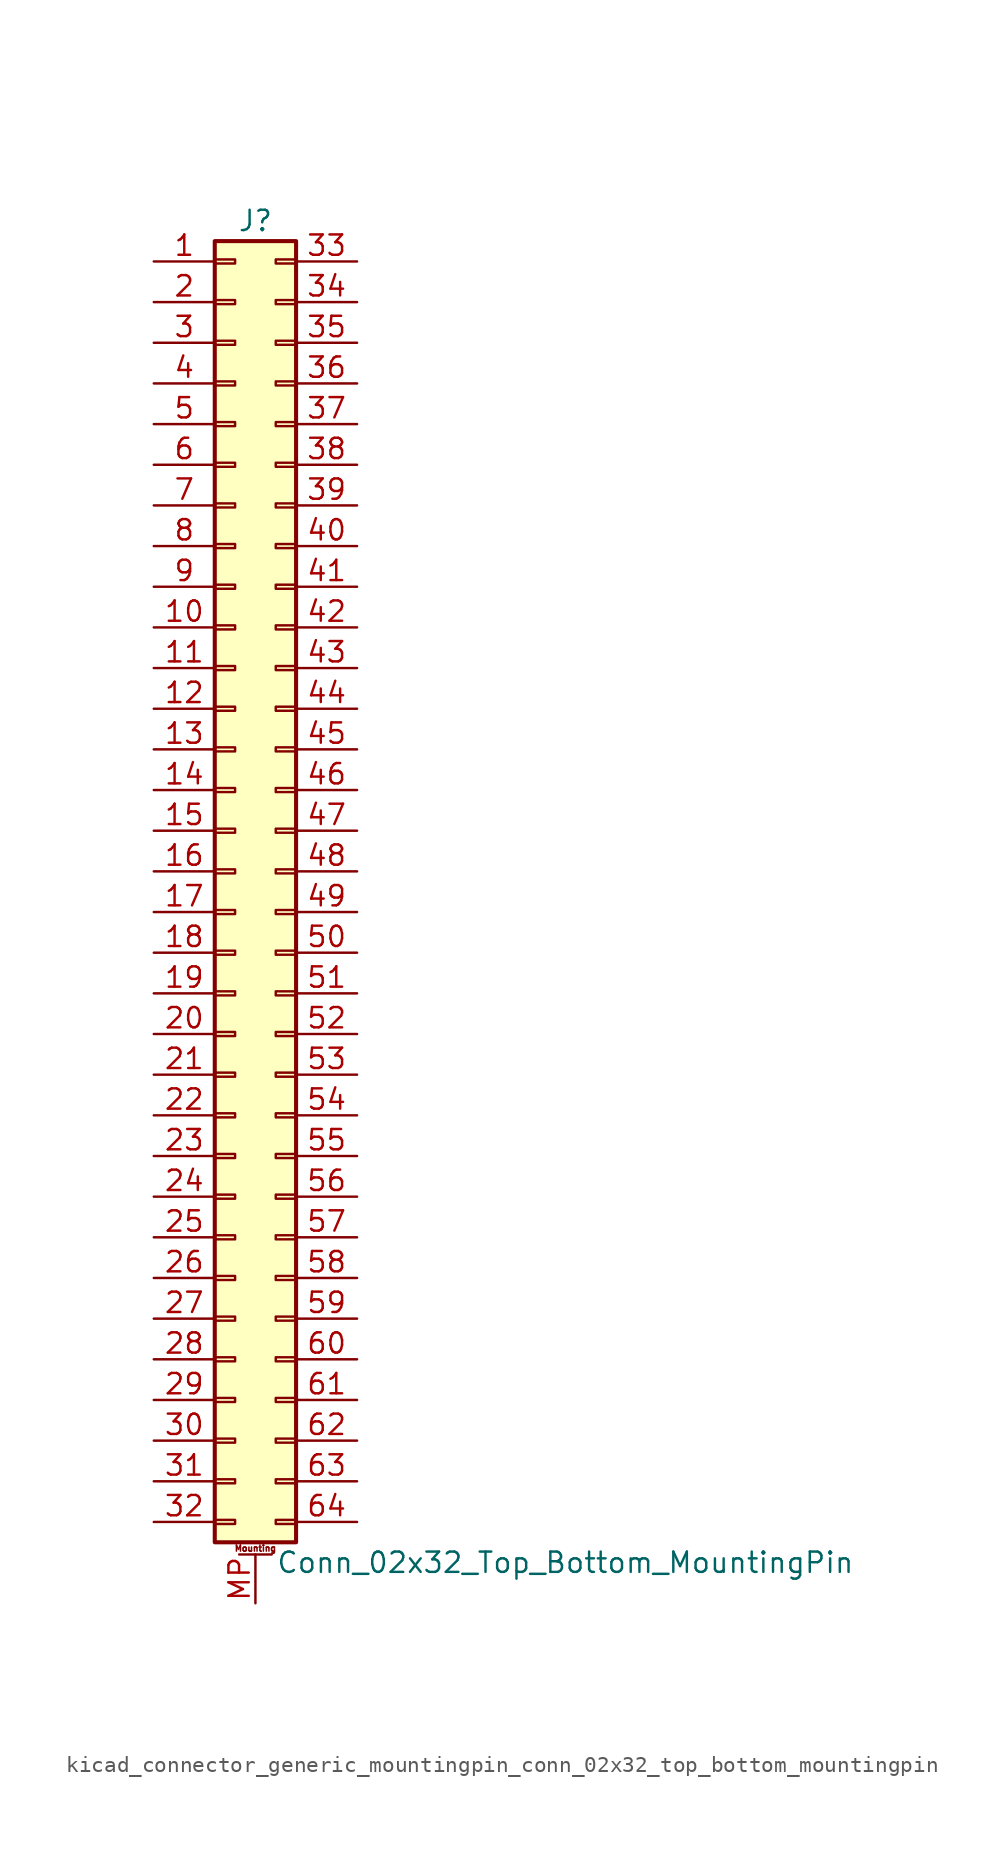
<source format=kicad_sym>
(kicad_symbol_lib
  (version 20220914)
  (generator kicad_symbol_editor)
  (symbol "kicad_connector_generic_mountingpin_conn_02x32_top_bottom_mountingpin"
    (pin_names
      (offset 1.016) hide)
    (property "Reference" "J"
      (at 1.27 40.64 0)
      (effects (font (size 1.27 1.27))))
    (property "Value" "Conn_02x32_Top_Bottom_MountingPin"
      (at 2.54 -43.18 0)
      (effects (font (size 1.27 1.27)) (justify left)))
    (symbol "kicad_connector_generic_mountingpin_conn_02x32_top_bottom_mountingpin_1_1"
      (rectangle (start -1.27 -40.513) (end 0 -40.767) (stroke (width 0.152) (type default)) (fill (type none)))
      (rectangle (start -1.27 -37.973) (end 0 -38.227) (stroke (width 0.152) (type default)) (fill (type none)))
      (rectangle (start -1.27 -35.433) (end 0 -35.687) (stroke (width 0.152) (type default)) (fill (type none)))
      (rectangle (start -1.27 -32.893) (end 0 -33.147) (stroke (width 0.152) (type default)) (fill (type none)))
      (rectangle (start -1.27 -30.353) (end 0 -30.607) (stroke (width 0.152) (type default)) (fill (type none)))
      (rectangle (start -1.27 -27.813) (end 0 -28.067) (stroke (width 0.152) (type default)) (fill (type none)))
      (rectangle (start -1.27 -25.273) (end 0 -25.527) (stroke (width 0.152) (type default)) (fill (type none)))
      (rectangle (start -1.27 -22.733) (end 0 -22.987) (stroke (width 0.152) (type default)) (fill (type none)))
      (rectangle (start -1.27 -20.193) (end 0 -20.447) (stroke (width 0.152) (type default)) (fill (type none)))
      (rectangle (start -1.27 -17.653) (end 0 -17.907) (stroke (width 0.152) (type default)) (fill (type none)))
      (rectangle (start -1.27 -15.113) (end 0 -15.367) (stroke (width 0.152) (type default)) (fill (type none)))
      (rectangle (start -1.27 -12.573) (end 0 -12.827) (stroke (width 0.152) (type default)) (fill (type none)))
      (rectangle (start -1.27 -10.033) (end 0 -10.287) (stroke (width 0.152) (type default)) (fill (type none)))
      (rectangle (start -1.27 -7.493) (end 0 -7.747) (stroke (width 0.152) (type default)) (fill (type none)))
      (rectangle (start -1.27 -4.953) (end 0 -5.207) (stroke (width 0.152) (type default)) (fill (type none)))
      (rectangle (start -1.27 -2.413) (end 0 -2.667) (stroke (width 0.152) (type default)) (fill (type none)))
      (rectangle (start -1.27 0.127) (end 0 -0.127) (stroke (width 0.152) (type default)) (fill (type none)))
      (rectangle (start -1.27 2.667) (end 0 2.413) (stroke (width 0.152) (type default)) (fill (type none)))
      (rectangle (start -1.27 5.207) (end 0 4.953) (stroke (width 0.152) (type default)) (fill (type none)))
      (rectangle (start -1.27 7.747) (end 0 7.493) (stroke (width 0.152) (type default)) (fill (type none)))
      (rectangle (start -1.27 10.287) (end 0 10.033) (stroke (width 0.152) (type default)) (fill (type none)))
      (rectangle (start -1.27 12.827) (end 0 12.573) (stroke (width 0.152) (type default)) (fill (type none)))
      (rectangle (start -1.27 15.367) (end 0 15.113) (stroke (width 0.152) (type default)) (fill (type none)))
      (rectangle (start -1.27 17.907) (end 0 17.653) (stroke (width 0.152) (type default)) (fill (type none)))
      (rectangle (start -1.27 20.447) (end 0 20.193) (stroke (width 0.152) (type default)) (fill (type none)))
      (rectangle (start -1.27 22.987) (end 0 22.733) (stroke (width 0.152) (type default)) (fill (type none)))
      (rectangle (start -1.27 25.527) (end 0 25.273) (stroke (width 0.152) (type default)) (fill (type none)))
      (rectangle (start -1.27 28.067) (end 0 27.813) (stroke (width 0.152) (type default)) (fill (type none)))
      (rectangle (start -1.27 30.607) (end 0 30.353) (stroke (width 0.152) (type default)) (fill (type none)))
      (rectangle (start -1.27 33.147) (end 0 32.893) (stroke (width 0.152) (type default)) (fill (type none)))
      (rectangle (start -1.27 35.687) (end 0 35.433) (stroke (width 0.152) (type default)) (fill (type none)))
      (rectangle (start -1.27 38.227) (end 0 37.973) (stroke (width 0.152) (type default)) (fill (type none)))
      (rectangle (start -1.27 39.37) (end 3.81 -41.91) (stroke (width 0.254) (type default)) (fill (type background)))
      (polyline (pts (xy 0.254 -42.672) (xy 2.286 -42.672)) (stroke (width 0.152) (type default)) (fill (type none)))
      (rectangle (start 3.81 -40.513) (end 2.54 -40.767) (stroke (width 0.152) (type default)) (fill (type none)))
      (rectangle (start 3.81 -37.973) (end 2.54 -38.227) (stroke (width 0.152) (type default)) (fill (type none)))
      (rectangle (start 3.81 -35.433) (end 2.54 -35.687) (stroke (width 0.152) (type default)) (fill (type none)))
      (rectangle (start 3.81 -32.893) (end 2.54 -33.147) (stroke (width 0.152) (type default)) (fill (type none)))
      (rectangle (start 3.81 -30.353) (end 2.54 -30.607) (stroke (width 0.152) (type default)) (fill (type none)))
      (rectangle (start 3.81 -27.813) (end 2.54 -28.067) (stroke (width 0.152) (type default)) (fill (type none)))
      (rectangle (start 3.81 -25.273) (end 2.54 -25.527) (stroke (width 0.152) (type default)) (fill (type none)))
      (rectangle (start 3.81 -22.733) (end 2.54 -22.987) (stroke (width 0.152) (type default)) (fill (type none)))
      (rectangle (start 3.81 -20.193) (end 2.54 -20.447) (stroke (width 0.152) (type default)) (fill (type none)))
      (rectangle (start 3.81 -17.653) (end 2.54 -17.907) (stroke (width 0.152) (type default)) (fill (type none)))
      (rectangle (start 3.81 -15.113) (end 2.54 -15.367) (stroke (width 0.152) (type default)) (fill (type none)))
      (rectangle (start 3.81 -12.573) (end 2.54 -12.827) (stroke (width 0.152) (type default)) (fill (type none)))
      (rectangle (start 3.81 -10.033) (end 2.54 -10.287) (stroke (width 0.152) (type default)) (fill (type none)))
      (rectangle (start 3.81 -7.493) (end 2.54 -7.747) (stroke (width 0.152) (type default)) (fill (type none)))
      (rectangle (start 3.81 -4.953) (end 2.54 -5.207) (stroke (width 0.152) (type default)) (fill (type none)))
      (rectangle (start 3.81 -2.413) (end 2.54 -2.667) (stroke (width 0.152) (type default)) (fill (type none)))
      (rectangle (start 3.81 0.127) (end 2.54 -0.127) (stroke (width 0.152) (type default)) (fill (type none)))
      (rectangle (start 3.81 2.667) (end 2.54 2.413) (stroke (width 0.152) (type default)) (fill (type none)))
      (rectangle (start 3.81 5.207) (end 2.54 4.953) (stroke (width 0.152) (type default)) (fill (type none)))
      (rectangle (start 3.81 7.747) (end 2.54 7.493) (stroke (width 0.152) (type default)) (fill (type none)))
      (rectangle (start 3.81 10.287) (end 2.54 10.033) (stroke (width 0.152) (type default)) (fill (type none)))
      (rectangle (start 3.81 12.827) (end 2.54 12.573) (stroke (width 0.152) (type default)) (fill (type none)))
      (rectangle (start 3.81 15.367) (end 2.54 15.113) (stroke (width 0.152) (type default)) (fill (type none)))
      (rectangle (start 3.81 17.907) (end 2.54 17.653) (stroke (width 0.152) (type default)) (fill (type none)))
      (rectangle (start 3.81 20.447) (end 2.54 20.193) (stroke (width 0.152) (type default)) (fill (type none)))
      (rectangle (start 3.81 22.987) (end 2.54 22.733) (stroke (width 0.152) (type default)) (fill (type none)))
      (rectangle (start 3.81 25.527) (end 2.54 25.273) (stroke (width 0.152) (type default)) (fill (type none)))
      (rectangle (start 3.81 28.067) (end 2.54 27.813) (stroke (width 0.152) (type default)) (fill (type none)))
      (rectangle (start 3.81 30.607) (end 2.54 30.353) (stroke (width 0.152) (type default)) (fill (type none)))
      (rectangle (start 3.81 33.147) (end 2.54 32.893) (stroke (width 0.152) (type default)) (fill (type none)))
      (rectangle (start 3.81 35.687) (end 2.54 35.433) (stroke (width 0.152) (type default)) (fill (type none)))
      (rectangle (start 3.81 38.227) (end 2.54 37.973) (stroke (width 0.152) (type default)) (fill (type none)))
      (text "Mounting" (at 1.27 -42.291 0) (effects (font (size 0.381 0.381))))
      (pin passive line (at -5.08 38.1 0) (length 3.81) (name "Pin_1" (effects (font (size 1.27 1.27)))) (number "1" (effects (font (size 1.27 1.27)))))
      (pin passive line (at -5.08 15.24 0) (length 3.81) (name "Pin_10" (effects (font (size 1.27 1.27)))) (number "10" (effects (font (size 1.27 1.27)))))
      (pin passive line (at -5.08 12.7 0) (length 3.81) (name "Pin_11" (effects (font (size 1.27 1.27)))) (number "11" (effects (font (size 1.27 1.27)))))
      (pin passive line (at -5.08 10.16 0) (length 3.81) (name "Pin_12" (effects (font (size 1.27 1.27)))) (number "12" (effects (font (size 1.27 1.27)))))
      (pin passive line (at -5.08 7.62 0) (length 3.81) (name "Pin_13" (effects (font (size 1.27 1.27)))) (number "13" (effects (font (size 1.27 1.27)))))
      (pin passive line (at -5.08 5.08 0) (length 3.81) (name "Pin_14" (effects (font (size 1.27 1.27)))) (number "14" (effects (font (size 1.27 1.27)))))
      (pin passive line (at -5.08 2.54 0) (length 3.81) (name "Pin_15" (effects (font (size 1.27 1.27)))) (number "15" (effects (font (size 1.27 1.27)))))
      (pin passive line (at -5.08 0 0) (length 3.81) (name "Pin_16" (effects (font (size 1.27 1.27)))) (number "16" (effects (font (size 1.27 1.27)))))
      (pin passive line (at -5.08 -2.54 0) (length 3.81) (name "Pin_17" (effects (font (size 1.27 1.27)))) (number "17" (effects (font (size 1.27 1.27)))))
      (pin passive line (at -5.08 -5.08 0) (length 3.81) (name "Pin_18" (effects (font (size 1.27 1.27)))) (number "18" (effects (font (size 1.27 1.27)))))
      (pin passive line (at -5.08 -7.62 0) (length 3.81) (name "Pin_19" (effects (font (size 1.27 1.27)))) (number "19" (effects (font (size 1.27 1.27)))))
      (pin passive line (at -5.08 35.56 0) (length 3.81) (name "Pin_2" (effects (font (size 1.27 1.27)))) (number "2" (effects (font (size 1.27 1.27)))))
      (pin passive line (at -5.08 -10.16 0) (length 3.81) (name "Pin_20" (effects (font (size 1.27 1.27)))) (number "20" (effects (font (size 1.27 1.27)))))
      (pin passive line (at -5.08 -12.7 0) (length 3.81) (name "Pin_21" (effects (font (size 1.27 1.27)))) (number "21" (effects (font (size 1.27 1.27)))))
      (pin passive line (at -5.08 -15.24 0) (length 3.81) (name "Pin_22" (effects (font (size 1.27 1.27)))) (number "22" (effects (font (size 1.27 1.27)))))
      (pin passive line (at -5.08 -17.78 0) (length 3.81) (name "Pin_23" (effects (font (size 1.27 1.27)))) (number "23" (effects (font (size 1.27 1.27)))))
      (pin passive line (at -5.08 -20.32 0) (length 3.81) (name "Pin_24" (effects (font (size 1.27 1.27)))) (number "24" (effects (font (size 1.27 1.27)))))
      (pin passive line (at -5.08 -22.86 0) (length 3.81) (name "Pin_25" (effects (font (size 1.27 1.27)))) (number "25" (effects (font (size 1.27 1.27)))))
      (pin passive line (at -5.08 -25.4 0) (length 3.81) (name "Pin_26" (effects (font (size 1.27 1.27)))) (number "26" (effects (font (size 1.27 1.27)))))
      (pin passive line (at -5.08 -27.94 0) (length 3.81) (name "Pin_27" (effects (font (size 1.27 1.27)))) (number "27" (effects (font (size 1.27 1.27)))))
      (pin passive line (at -5.08 -30.48 0) (length 3.81) (name "Pin_28" (effects (font (size 1.27 1.27)))) (number "28" (effects (font (size 1.27 1.27)))))
      (pin passive line (at -5.08 -33.02 0) (length 3.81) (name "Pin_29" (effects (font (size 1.27 1.27)))) (number "29" (effects (font (size 1.27 1.27)))))
      (pin passive line (at -5.08 33.02 0) (length 3.81) (name "Pin_3" (effects (font (size 1.27 1.27)))) (number "3" (effects (font (size 1.27 1.27)))))
      (pin passive line (at -5.08 -35.56 0) (length 3.81) (name "Pin_30" (effects (font (size 1.27 1.27)))) (number "30" (effects (font (size 1.27 1.27)))))
      (pin passive line (at -5.08 -38.1 0) (length 3.81) (name "Pin_31" (effects (font (size 1.27 1.27)))) (number "31" (effects (font (size 1.27 1.27)))))
      (pin passive line (at -5.08 -40.64 0) (length 3.81) (name "Pin_32" (effects (font (size 1.27 1.27)))) (number "32" (effects (font (size 1.27 1.27)))))
      (pin passive line (at 7.62 38.1 180) (length 3.81) (name "Pin_33" (effects (font (size 1.27 1.27)))) (number "33" (effects (font (size 1.27 1.27)))))
      (pin passive line (at 7.62 35.56 180) (length 3.81) (name "Pin_34" (effects (font (size 1.27 1.27)))) (number "34" (effects (font (size 1.27 1.27)))))
      (pin passive line (at 7.62 33.02 180) (length 3.81) (name "Pin_35" (effects (font (size 1.27 1.27)))) (number "35" (effects (font (size 1.27 1.27)))))
      (pin passive line (at 7.62 30.48 180) (length 3.81) (name "Pin_36" (effects (font (size 1.27 1.27)))) (number "36" (effects (font (size 1.27 1.27)))))
      (pin passive line (at 7.62 27.94 180) (length 3.81) (name "Pin_37" (effects (font (size 1.27 1.27)))) (number "37" (effects (font (size 1.27 1.27)))))
      (pin passive line (at 7.62 25.4 180) (length 3.81) (name "Pin_38" (effects (font (size 1.27 1.27)))) (number "38" (effects (font (size 1.27 1.27)))))
      (pin passive line (at 7.62 22.86 180) (length 3.81) (name "Pin_39" (effects (font (size 1.27 1.27)))) (number "39" (effects (font (size 1.27 1.27)))))
      (pin passive line (at -5.08 30.48 0) (length 3.81) (name "Pin_4" (effects (font (size 1.27 1.27)))) (number "4" (effects (font (size 1.27 1.27)))))
      (pin passive line (at 7.62 20.32 180) (length 3.81) (name "Pin_40" (effects (font (size 1.27 1.27)))) (number "40" (effects (font (size 1.27 1.27)))))
      (pin passive line (at 7.62 17.78 180) (length 3.81) (name "Pin_41" (effects (font (size 1.27 1.27)))) (number "41" (effects (font (size 1.27 1.27)))))
      (pin passive line (at 7.62 15.24 180) (length 3.81) (name "Pin_42" (effects (font (size 1.27 1.27)))) (number "42" (effects (font (size 1.27 1.27)))))
      (pin passive line (at 7.62 12.7 180) (length 3.81) (name "Pin_43" (effects (font (size 1.27 1.27)))) (number "43" (effects (font (size 1.27 1.27)))))
      (pin passive line (at 7.62 10.16 180) (length 3.81) (name "Pin_44" (effects (font (size 1.27 1.27)))) (number "44" (effects (font (size 1.27 1.27)))))
      (pin passive line (at 7.62 7.62 180) (length 3.81) (name "Pin_45" (effects (font (size 1.27 1.27)))) (number "45" (effects (font (size 1.27 1.27)))))
      (pin passive line (at 7.62 5.08 180) (length 3.81) (name "Pin_46" (effects (font (size 1.27 1.27)))) (number "46" (effects (font (size 1.27 1.27)))))
      (pin passive line (at 7.62 2.54 180) (length 3.81) (name "Pin_47" (effects (font (size 1.27 1.27)))) (number "47" (effects (font (size 1.27 1.27)))))
      (pin passive line (at 7.62 0 180) (length 3.81) (name "Pin_48" (effects (font (size 1.27 1.27)))) (number "48" (effects (font (size 1.27 1.27)))))
      (pin passive line (at 7.62 -2.54 180) (length 3.81) (name "Pin_49" (effects (font (size 1.27 1.27)))) (number "49" (effects (font (size 1.27 1.27)))))
      (pin passive line (at -5.08 27.94 0) (length 3.81) (name "Pin_5" (effects (font (size 1.27 1.27)))) (number "5" (effects (font (size 1.27 1.27)))))
      (pin passive line (at 7.62 -5.08 180) (length 3.81) (name "Pin_50" (effects (font (size 1.27 1.27)))) (number "50" (effects (font (size 1.27 1.27)))))
      (pin passive line (at 7.62 -7.62 180) (length 3.81) (name "Pin_51" (effects (font (size 1.27 1.27)))) (number "51" (effects (font (size 1.27 1.27)))))
      (pin passive line (at 7.62 -10.16 180) (length 3.81) (name "Pin_52" (effects (font (size 1.27 1.27)))) (number "52" (effects (font (size 1.27 1.27)))))
      (pin passive line (at 7.62 -12.7 180) (length 3.81) (name "Pin_53" (effects (font (size 1.27 1.27)))) (number "53" (effects (font (size 1.27 1.27)))))
      (pin passive line (at 7.62 -15.24 180) (length 3.81) (name "Pin_54" (effects (font (size 1.27 1.27)))) (number "54" (effects (font (size 1.27 1.27)))))
      (pin passive line (at 7.62 -17.78 180) (length 3.81) (name "Pin_55" (effects (font (size 1.27 1.27)))) (number "55" (effects (font (size 1.27 1.27)))))
      (pin passive line (at 7.62 -20.32 180) (length 3.81) (name "Pin_56" (effects (font (size 1.27 1.27)))) (number "56" (effects (font (size 1.27 1.27)))))
      (pin passive line (at 7.62 -22.86 180) (length 3.81) (name "Pin_57" (effects (font (size 1.27 1.27)))) (number "57" (effects (font (size 1.27 1.27)))))
      (pin passive line (at 7.62 -25.4 180) (length 3.81) (name "Pin_58" (effects (font (size 1.27 1.27)))) (number "58" (effects (font (size 1.27 1.27)))))
      (pin passive line (at 7.62 -27.94 180) (length 3.81) (name "Pin_59" (effects (font (size 1.27 1.27)))) (number "59" (effects (font (size 1.27 1.27)))))
      (pin passive line (at -5.08 25.4 0) (length 3.81) (name "Pin_6" (effects (font (size 1.27 1.27)))) (number "6" (effects (font (size 1.27 1.27)))))
      (pin passive line (at 7.62 -30.48 180) (length 3.81) (name "Pin_60" (effects (font (size 1.27 1.27)))) (number "60" (effects (font (size 1.27 1.27)))))
      (pin passive line (at 7.62 -33.02 180) (length 3.81) (name "Pin_61" (effects (font (size 1.27 1.27)))) (number "61" (effects (font (size 1.27 1.27)))))
      (pin passive line (at 7.62 -35.56 180) (length 3.81) (name "Pin_62" (effects (font (size 1.27 1.27)))) (number "62" (effects (font (size 1.27 1.27)))))
      (pin passive line (at 7.62 -38.1 180) (length 3.81) (name "Pin_63" (effects (font (size 1.27 1.27)))) (number "63" (effects (font (size 1.27 1.27)))))
      (pin passive line (at 7.62 -40.64 180) (length 3.81) (name "Pin_64" (effects (font (size 1.27 1.27)))) (number "64" (effects (font (size 1.27 1.27)))))
      (pin passive line (at -5.08 22.86 0) (length 3.81) (name "Pin_7" (effects (font (size 1.27 1.27)))) (number "7" (effects (font (size 1.27 1.27)))))
      (pin passive line (at -5.08 20.32 0) (length 3.81) (name "Pin_8" (effects (font (size 1.27 1.27)))) (number "8" (effects (font (size 1.27 1.27)))))
      (pin passive line (at -5.08 17.78 0) (length 3.81) (name "Pin_9" (effects (font (size 1.27 1.27)))) (number "9" (effects (font (size 1.27 1.27)))))
      (pin passive line (at 1.27 -45.72 90) (length 3.048) (name "MountPin" (effects (font (size 1.27 1.27)))) (number "MP" (effects (font (size 1.27 1.27))))))))
</source>
